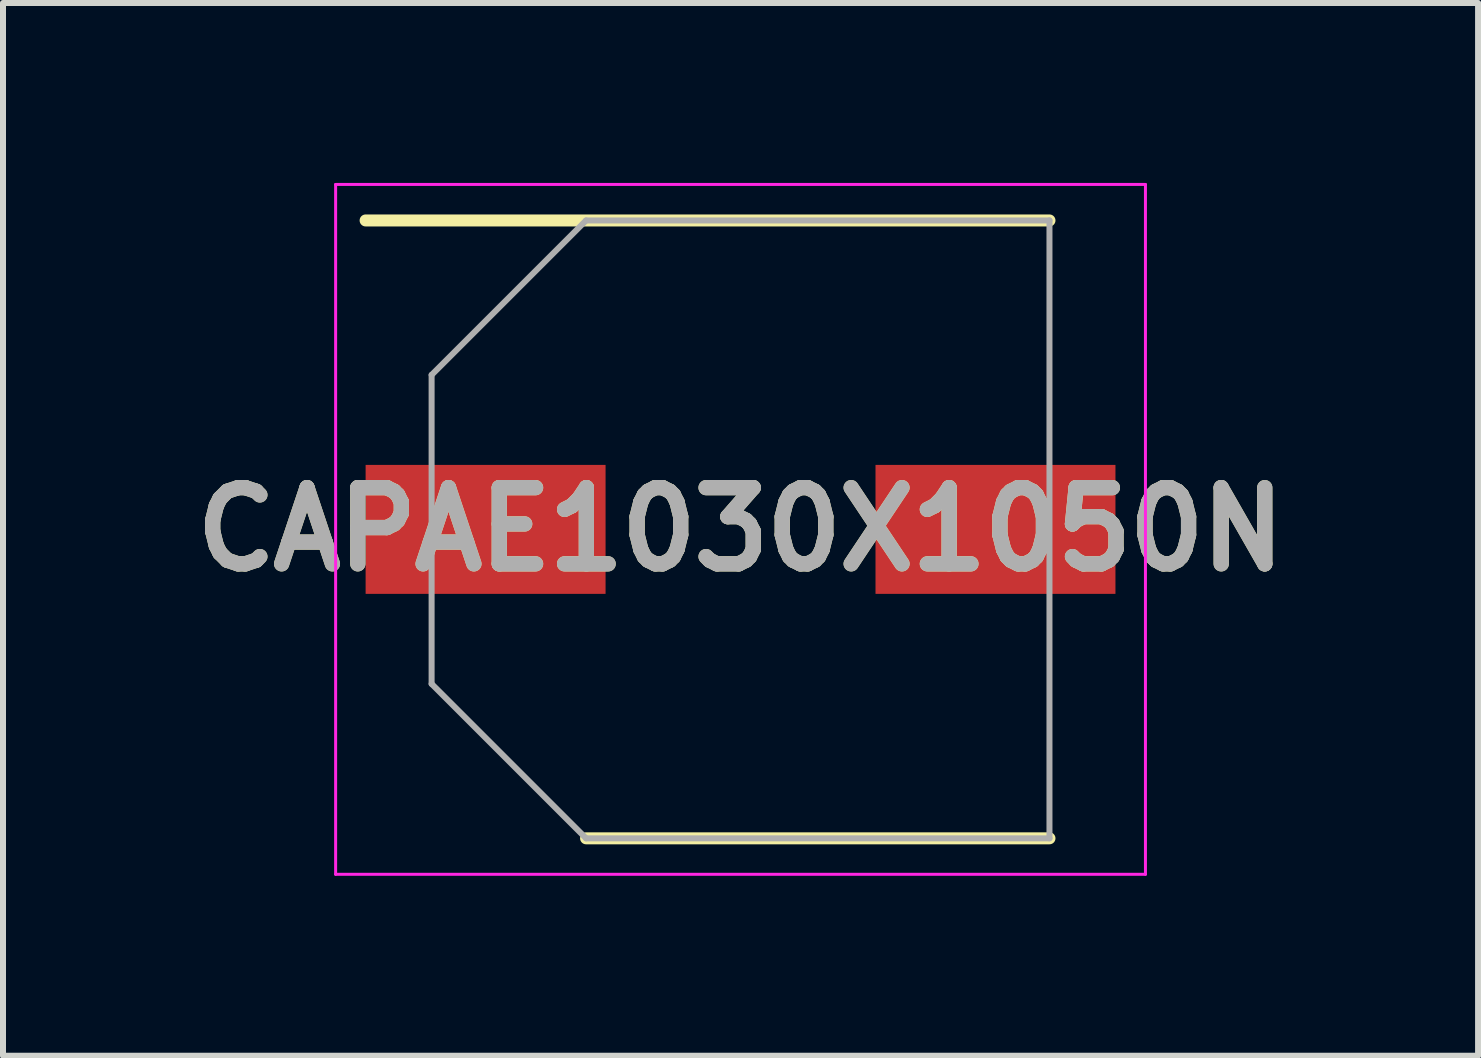
<source format=kicad_pcb>
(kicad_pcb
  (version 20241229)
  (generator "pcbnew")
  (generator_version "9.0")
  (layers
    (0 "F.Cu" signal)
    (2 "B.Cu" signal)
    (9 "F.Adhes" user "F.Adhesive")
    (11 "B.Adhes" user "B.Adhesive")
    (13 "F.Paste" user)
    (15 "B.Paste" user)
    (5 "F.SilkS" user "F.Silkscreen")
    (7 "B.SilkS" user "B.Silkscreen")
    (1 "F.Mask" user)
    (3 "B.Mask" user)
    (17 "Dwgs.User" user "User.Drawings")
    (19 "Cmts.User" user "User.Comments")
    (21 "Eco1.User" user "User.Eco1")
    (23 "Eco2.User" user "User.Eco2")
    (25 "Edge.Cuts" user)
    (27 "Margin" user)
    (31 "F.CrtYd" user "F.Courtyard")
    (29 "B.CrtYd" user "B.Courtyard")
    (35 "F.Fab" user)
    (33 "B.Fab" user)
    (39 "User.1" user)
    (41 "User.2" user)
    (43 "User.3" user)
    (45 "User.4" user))
  (footprint "CAPAE1030X1050N"
    (layer "F.Cu")
    (at 9.295 5.775)
    (property "Reference" "CAPAE1030X1050N" (at 0 0 0) (layer "F.SilkS") (effects (font (size 1.27 1.27) (thickness 0.254))))
    (attr smd)
    (fp_line (start -6.25 -5.15) (end 5.15 -5.15) (stroke (width 0.2) (type solid)) (layer "F.SilkS"))
    (fp_line (start -2.575 5.15) (end 5.15 5.15) (stroke (width 0.2) (type solid)) (layer "F.SilkS"))
    (fp_line (start -6.75 -5.75) (end 6.75 -5.75) (stroke (width 0.05) (type solid)) (layer "F.CrtYd"))
    (fp_line (start -6.75 5.75) (end -6.75 -5.75) (stroke (width 0.05) (type solid)) (layer "F.CrtYd"))
    (fp_line (start 6.75 -5.75) (end 6.75 5.75) (stroke (width 0.05) (type solid)) (layer "F.CrtYd"))
    (fp_line (start 6.75 5.75) (end -6.75 5.75) (stroke (width 0.05) (type solid)) (layer "F.CrtYd"))
    (fp_line (start -5.15 -2.575) (end -5.15 2.575) (stroke (width 0.1) (type solid)) (layer "F.Fab"))
    (fp_line (start -5.15 2.575) (end -2.575 5.15) (stroke (width 0.1) (type solid)) (layer "F.Fab"))
    (fp_line (start -2.575 -5.15) (end -5.15 -2.575) (stroke (width 0.1) (type solid)) (layer "F.Fab"))
    (fp_line (start -2.575 5.15) (end 5.15 5.15) (stroke (width 0.1) (type solid)) (layer "F.Fab"))
    (fp_line (start 5.15 -5.15) (end -2.575 -5.15) (stroke (width 0.1) (type solid)) (layer "F.Fab"))
    (fp_line (start 5.15 5.15) (end 5.15 -5.15) (stroke (width 0.1) (type solid)) (layer "F.Fab"))
    (fp_text user "${REFERENCE}" (at 0 0 0) (layer "F.Fab") (effects (font (size 1.27 1.27) (thickness 0.254))))
    (pad "1" smd rect (at -4.25 0 90) (size 2.15 4) (layers "F.Cu" "F.Mask" "F.Paste"))
    (pad "2" smd rect (at 4.25 0 90) (size 2.15 4) (layers "F.Cu" "F.Mask" "F.Paste")))
  (gr_rect
    (start -3 -3)
    (end 21.59 14.55)
    (stroke (width 0.1) (type default))
    (fill no)
    (layer "Edge.Cuts")))
</source>
